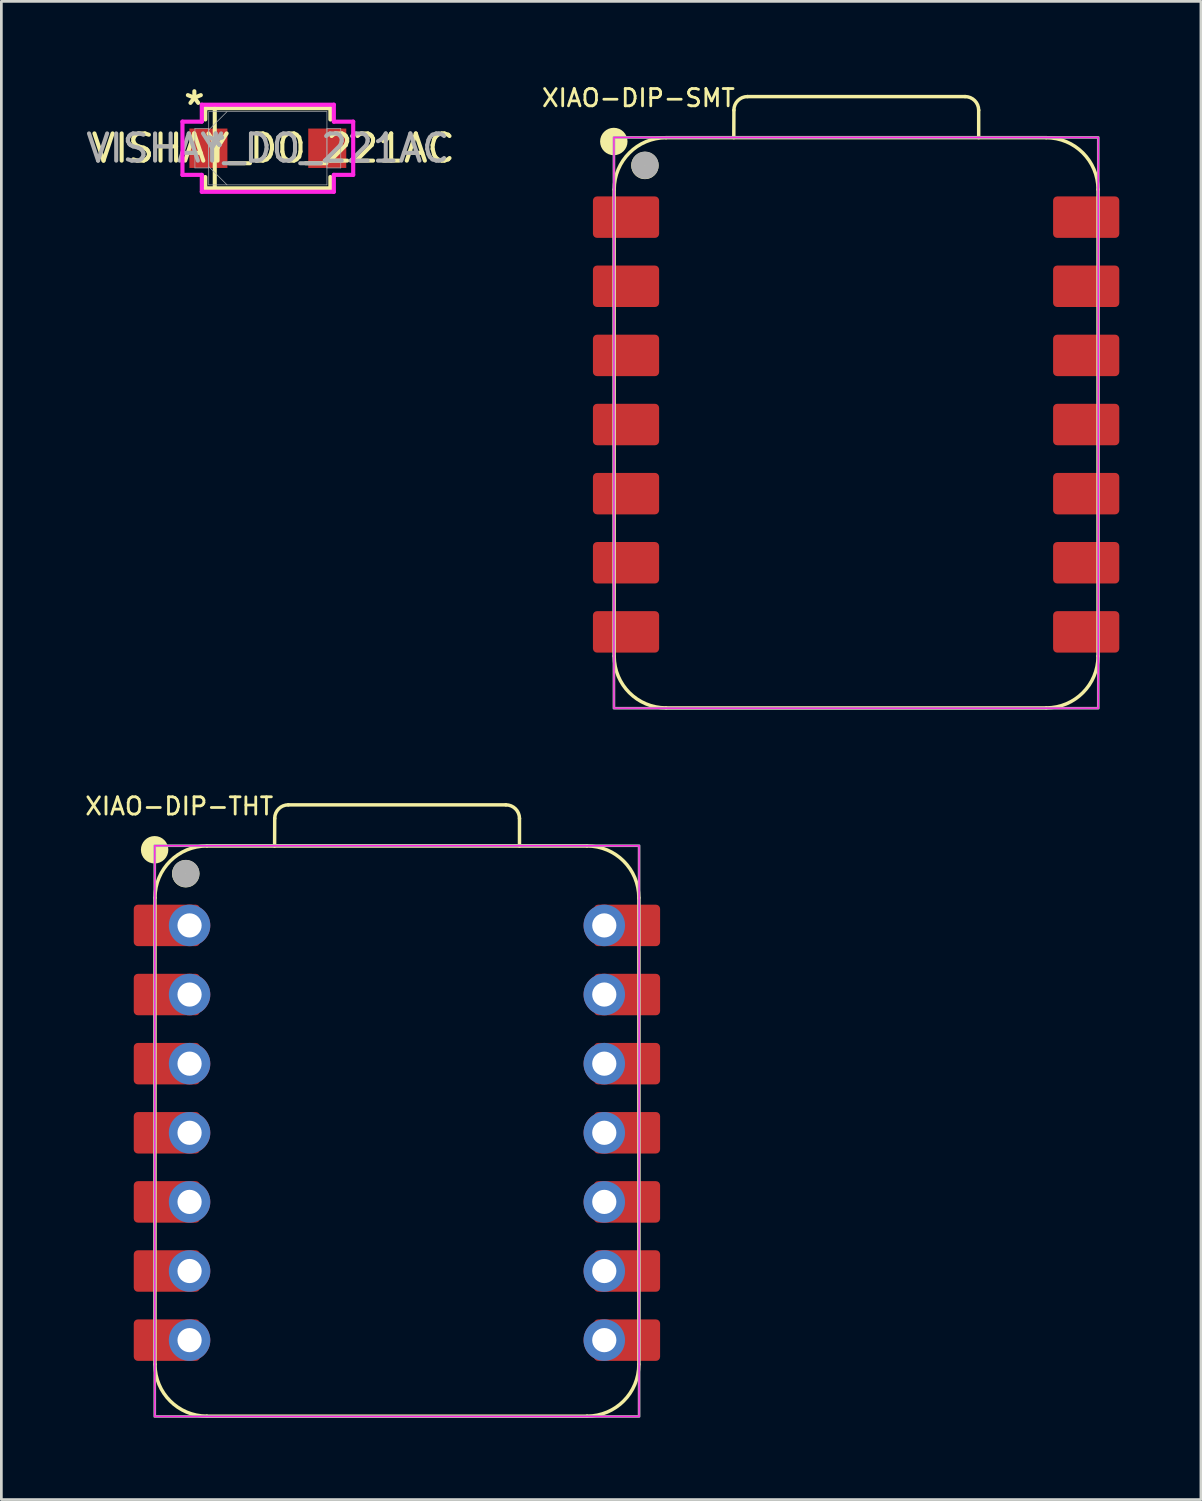
<source format=kicad_pcb>
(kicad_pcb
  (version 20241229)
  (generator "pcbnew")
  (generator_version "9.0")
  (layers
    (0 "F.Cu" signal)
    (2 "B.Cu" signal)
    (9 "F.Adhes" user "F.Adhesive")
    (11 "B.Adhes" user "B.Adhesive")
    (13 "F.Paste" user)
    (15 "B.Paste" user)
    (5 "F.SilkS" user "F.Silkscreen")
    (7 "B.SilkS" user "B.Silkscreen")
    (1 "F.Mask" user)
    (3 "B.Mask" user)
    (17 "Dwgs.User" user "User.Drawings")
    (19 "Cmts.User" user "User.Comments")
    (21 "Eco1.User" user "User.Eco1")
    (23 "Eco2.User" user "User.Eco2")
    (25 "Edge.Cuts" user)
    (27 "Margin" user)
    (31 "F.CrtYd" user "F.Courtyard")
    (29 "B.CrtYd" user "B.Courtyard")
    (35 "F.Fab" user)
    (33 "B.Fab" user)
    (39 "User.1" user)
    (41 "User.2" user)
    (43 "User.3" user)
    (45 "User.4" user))
  (footprint "VISHAY_DO_221AC"
    (layer "F.Cu")
    (at 6.792 2.398)
    (property "Reference" "VISHAY_DO_221AC" (at 0.2 0 0) (unlocked yes) (layer "F.SilkS") (effects (font (size 1 1) (thickness 0.15))))
    (attr smd)
    (fp_line (start -2.299 -1.473) (end -2.299 -1.057) (stroke (width 0.152) (type solid)) (layer "F.SilkS"))
    (fp_line (start -2.299 1.057) (end -2.299 1.473) (stroke (width 0.152) (type solid)) (layer "F.SilkS"))
    (fp_line (start -2.299 1.473) (end 2.299 1.473) (stroke (width 0.152) (type solid)) (layer "F.SilkS"))
    (fp_line (start -1.95 -1.475) (end -1.95 1.475) (stroke (width 0.15) (type solid)) (layer "F.SilkS"))
    (fp_line (start 2.299 -1.473) (end -2.299 -1.473) (stroke (width 0.152) (type solid)) (layer "F.SilkS"))
    (fp_line (start 2.299 -1.057) (end 2.299 -1.473) (stroke (width 0.152) (type solid)) (layer "F.SilkS"))
    (fp_line (start 2.299 1.473) (end 2.299 1.057) (stroke (width 0.152) (type solid)) (layer "F.SilkS"))
    (fp_line (start -3.137 -0.978) (end -2.426 -0.978) (stroke (width 0.152) (type solid)) (layer "F.CrtYd"))
    (fp_line (start -3.137 0.978) (end -3.137 -0.978) (stroke (width 0.152) (type solid)) (layer "F.CrtYd"))
    (fp_line (start -2.426 -1.6) (end 2.426 -1.6) (stroke (width 0.152) (type solid)) (layer "F.CrtYd"))
    (fp_line (start -2.426 -0.978) (end -2.426 -1.6) (stroke (width 0.152) (type solid)) (layer "F.CrtYd"))
    (fp_line (start -2.426 0.978) (end -3.137 0.978) (stroke (width 0.152) (type solid)) (layer "F.CrtYd"))
    (fp_line (start -2.426 1.6) (end -2.426 0.978) (stroke (width 0.152) (type solid)) (layer "F.CrtYd"))
    (fp_line (start 2.426 -1.6) (end 2.426 -0.978) (stroke (width 0.152) (type solid)) (layer "F.CrtYd"))
    (fp_line (start 2.426 -0.978) (end 3.137 -0.978) (stroke (width 0.152) (type solid)) (layer "F.CrtYd"))
    (fp_line (start 2.426 0.978) (end 2.426 1.6) (stroke (width 0.152) (type solid)) (layer "F.CrtYd"))
    (fp_line (start 2.426 1.6) (end -2.426 1.6) (stroke (width 0.152) (type solid)) (layer "F.CrtYd"))
    (fp_line (start 3.137 -0.978) (end 3.137 0.978) (stroke (width 0.152) (type solid)) (layer "F.CrtYd"))
    (fp_line (start 3.137 0.978) (end 2.426 0.978) (stroke (width 0.152) (type solid)) (layer "F.CrtYd"))
    (fp_line (start -2.68 -0.724) (end -2.68 0.724) (stroke (width 0.025) (type solid)) (layer "F.Fab"))
    (fp_line (start -2.68 0.724) (end -2.172 0.724) (stroke (width 0.025) (type solid)) (layer "F.Fab"))
    (fp_line (start -2.172 -1.346) (end -2.172 1.346) (stroke (width 0.025) (type solid)) (layer "F.Fab"))
    (fp_line (start -2.172 -0.724) (end -2.68 -0.724) (stroke (width 0.025) (type solid)) (layer "F.Fab"))
    (fp_line (start -2.172 -0.673) (end -1.499 -1.346) (stroke (width 0.025) (type solid)) (layer "F.Fab"))
    (fp_line (start -2.172 0.673) (end -1.499 1.346) (stroke (width 0.025) (type solid)) (layer "F.Fab"))
    (fp_line (start -2.172 0.724) (end -2.172 -0.724) (stroke (width 0.025) (type solid)) (layer "F.Fab"))
    (fp_line (start -2.172 1.346) (end 2.172 1.346) (stroke (width 0.025) (type solid)) (layer "F.Fab"))
    (fp_line (start 2.172 -1.346) (end -2.172 -1.346) (stroke (width 0.025) (type solid)) (layer "F.Fab"))
    (fp_line (start 2.172 -0.724) (end 2.172 0.724) (stroke (width 0.025) (type solid)) (layer "F.Fab"))
    (fp_line (start 2.172 0.724) (end 2.68 0.724) (stroke (width 0.025) (type solid)) (layer "F.Fab"))
    (fp_line (start 2.172 1.346) (end 2.172 -1.346) (stroke (width 0.025) (type solid)) (layer "F.Fab"))
    (fp_line (start 2.68 -0.724) (end 2.172 -0.724) (stroke (width 0.025) (type solid)) (layer "F.Fab"))
    (fp_line (start 2.68 0.724) (end 2.68 -0.724) (stroke (width 0.025) (type solid)) (layer "F.Fab"))
    (fp_text user "*" (at -2.7 -1.55 0) (layer "F.SilkS") (effects (font (size 1 1) (thickness 0.15))))
    (fp_text user "${REFERENCE}" (at 0 0 0) (unlocked yes) (layer "F.Fab") (effects (font (size 1 1) (thickness 0.15))))
    (fp_text user "*" (at -1.918 0 0) (layer "F.Fab") (effects (font (size 1 1) (thickness 0.15))))
    (fp_text user "*" (at -1.918 0 0) (unlocked yes) (layer "F.Fab") (effects (font (size 1 1) (thickness 0.15))))
    (pad "1" smd rect (at -2.184 0) (size 1.397 1.448) (layers "F.Cu" "F.Mask" "F.Paste"))
    (pad "2" smd rect (at 2.184 0) (size 1.397 1.448) (layers "F.Cu" "F.Mask" "F.Paste"))
    (zone (net_name "") (layer "F.Cu") (hatch full 0.508) (connect_pads) (min_thickness 0.254) (filled_areas_thickness no) (keepout (tracks not_allowed) (vias not_allowed) (pads allowed) (copperpour not_allowed) (footprints allowed)) (placement (enabled no)) (fill) (polygon (pts (xy 5.357 1.103) (xy 8.227 1.103) (xy 8.227 3.694) (xy 5.357 3.694)))))
  (footprint "XIAO-DIP-SMT"
    (layer "F.Cu")
    (at 28.41 12.55)
    (property "Reference" "XIAO-DIP-SMT" (at -8 -12 0) (unlocked yes) (layer "F.SilkS") (effects (font (size 0.635 0.635) (thickness 0.102))))
    (attr smd)
    (fp_line (start -8.89 8.509) (end -8.89 -8.636) (stroke (width 0.127) (type solid)) (layer "F.SilkS"))
    (fp_line (start -6.985 10.414) (end 6.985 10.414) (stroke (width 0.127) (type solid)) (layer "F.SilkS"))
    (fp_line (start -4.495 -10.541) (end -4.491 -11.551) (stroke (width 0.127) (type solid)) (layer "F.SilkS"))
    (fp_line (start -3.991 -12.051) (end 4.004 -12.051) (stroke (width 0.127) (type solid)) (layer "F.SilkS"))
    (fp_line (start 4.504 -11.551) (end 4.504 -10.541) (stroke (width 0.127) (type solid)) (layer "F.SilkS"))
    (fp_line (start 6.985 -10.541) (end -6.985 -10.541) (stroke (width 0.1) (type solid)) (layer "F.SilkS"))
    (fp_line (start 6.985 -10.541) (end -6.985 -10.541) (stroke (width 0.127) (type solid)) (layer "F.SilkS"))
    (fp_line (start 8.89 8.509) (end 8.89 -8.636) (stroke (width 0.127) (type solid)) (layer "F.SilkS"))
    (fp_arc (start -8.89 -8.636) (mid -8.332038 -9.983038) (end -6.985 -10.541) (stroke (width 0.127) (type solid)) (layer "F.SilkS"))
    (fp_arc (start -6.985 10.414) (mid -8.332038 9.856038) (end -8.89 8.509) (stroke (width 0.127) (type solid)) (layer "F.SilkS"))
    (fp_arc (start -4.491272 -11.551272) (mid -4.344728 -11.90464) (end -3.991272 -12.051) (stroke (width 0.127) (type default)) (layer "F.SilkS"))
    (fp_arc (start 4.004 -12.051) (mid 4.357553 -11.904553) (end 4.504 -11.551) (stroke (width 0.127) (type default)) (layer "F.SilkS"))
    (fp_arc (start 6.985 -10.541) (mid 8.332038 -9.983038) (end 8.89 -8.636) (stroke (width 0.127) (type solid)) (layer "F.SilkS"))
    (fp_arc (start 8.89 8.509) (mid 8.332038 9.856038) (end 6.985 10.414) (stroke (width 0.127) (type solid)) (layer "F.SilkS"))
    (fp_circle (center -8.904 -10.4) (end -8.904 -10.654) (stroke (width 0.5) (type solid)) (fill yes) (layer "F.SilkS"))
    (fp_circle (center -7.761 -9.52) (end -7.761 -9.774) (stroke (width 0.5) (type solid)) (fill yes) (layer "F.SilkS"))
    (fp_rect (start -8.9 -10.55) (end 8.9 10.425) (stroke (width 0.05) (type default)) (fill no) (layer "F.CrtYd"))
    (fp_rect (start -8.9 -10.55) (end 8.9 10.425) (stroke (width 0.1) (type default)) (fill no) (layer "F.Fab"))
    (fp_circle (center -7.758 -9.526) (end -7.758 -9.78) (stroke (width 0.5) (type solid)) (fill no) (layer "F.Fab"))
    (pad "1" smd roundrect (at -8.455 -7.62 180) (size 2.432 1.524) (layers "F.Cu" "F.Mask") (roundrect_rratio 0.1))
    (pad "2" smd roundrect (at -8.455 -5.08 180) (size 2.432 1.524) (layers "F.Cu" "F.Mask") (roundrect_rratio 0.1))
    (pad "3" smd roundrect (at -8.455 -2.54 180) (size 2.432 1.524) (layers "F.Cu" "F.Mask") (roundrect_rratio 0.1))
    (pad "4" smd roundrect (at -8.455 0 180) (size 2.432 1.524) (layers "F.Cu" "F.Mask") (roundrect_rratio 0.1))
    (pad "5" smd roundrect (at -8.455 2.54 180) (size 2.432 1.524) (layers "F.Cu" "F.Mask") (roundrect_rratio 0.1))
    (pad "6" smd roundrect (at -8.455 5.08 180) (size 2.432 1.524) (layers "F.Cu" "F.Mask") (roundrect_rratio 0.1))
    (pad "7" smd roundrect (at -8.455 7.62 180) (size 2.432 1.524) (layers "F.Cu" "F.Mask") (roundrect_rratio 0.1))
    (pad "8" smd roundrect (at 8.455 7.62) (size 2.432 1.524) (layers "F.Cu" "F.Mask") (roundrect_rratio 0.1))
    (pad "9" smd roundrect (at 8.455 5.08) (size 2.432 1.524) (layers "F.Cu" "F.Mask") (roundrect_rratio 0.1))
    (pad "10" smd roundrect (at 8.455 2.54) (size 2.432 1.524) (layers "F.Cu" "F.Mask") (roundrect_rratio 0.1))
    (pad "11" smd roundrect (at 8.455 0) (size 2.432 1.524) (layers "F.Cu" "F.Mask") (roundrect_rratio 0.1))
    (pad "12" smd roundrect (at 8.455 -2.54) (size 2.432 1.524) (layers "F.Cu" "F.Mask") (roundrect_rratio 0.1))
    (pad "13" smd roundrect (at 8.455 -5.08) (size 2.432 1.524) (layers "F.Cu" "F.Mask") (roundrect_rratio 0.1))
    (pad "14" smd roundrect (at 8.455 -7.62) (size 2.432 1.524) (layers "F.Cu" "F.Mask") (roundrect_rratio 0.1)))
  (footprint "XIAO-DIP-THT"
    (layer "F.Cu")
    (at 11.536 38.577)
    (property "Reference" "XIAO-DIP-THT" (at -8 -12 0) (unlocked yes) (layer "F.SilkS") (effects (font (size 0.635 0.635) (thickness 0.102))))
    (attr smd)
    (fp_line (start -8.89 8.509) (end -8.89 -8.636) (stroke (width 0.127) (type solid)) (layer "F.SilkS"))
    (fp_line (start -6.985 10.414) (end 6.985 10.414) (stroke (width 0.127) (type solid)) (layer "F.SilkS"))
    (fp_line (start -4.495 -10.541) (end -4.491 -11.551) (stroke (width 0.127) (type solid)) (layer "F.SilkS"))
    (fp_line (start -3.991 -12.051) (end 4.004 -12.051) (stroke (width 0.127) (type solid)) (layer "F.SilkS"))
    (fp_line (start 4.504 -11.551) (end 4.504 -10.541) (stroke (width 0.127) (type solid)) (layer "F.SilkS"))
    (fp_line (start 6.985 -10.541) (end -6.985 -10.541) (stroke (width 0.1) (type solid)) (layer "F.SilkS"))
    (fp_line (start 6.985 -10.541) (end -6.985 -10.541) (stroke (width 0.127) (type solid)) (layer "F.SilkS"))
    (fp_line (start 8.89 8.509) (end 8.89 -8.636) (stroke (width 0.127) (type solid)) (layer "F.SilkS"))
    (fp_arc (start -8.89 -8.636) (mid -8.332038 -9.983038) (end -6.985 -10.541) (stroke (width 0.127) (type solid)) (layer "F.SilkS"))
    (fp_arc (start -6.985 10.414) (mid -8.332038 9.856038) (end -8.89 8.509) (stroke (width 0.127) (type solid)) (layer "F.SilkS"))
    (fp_arc (start -4.491272 -11.551272) (mid -4.344728 -11.90464) (end -3.991272 -12.051) (stroke (width 0.127) (type default)) (layer "F.SilkS"))
    (fp_arc (start 4.004 -12.051) (mid 4.357553 -11.904553) (end 4.504 -11.551) (stroke (width 0.127) (type default)) (layer "F.SilkS"))
    (fp_arc (start 6.985 -10.541) (mid 8.332038 -9.983038) (end 8.89 -8.636) (stroke (width 0.127) (type solid)) (layer "F.SilkS"))
    (fp_arc (start 8.89 8.509) (mid 8.332038 9.856038) (end 6.985 10.414) (stroke (width 0.127) (type solid)) (layer "F.SilkS"))
    (fp_circle (center -8.904 -10.4) (end -8.904 -10.654) (stroke (width 0.5) (type solid)) (fill yes) (layer "F.SilkS"))
    (fp_circle (center -7.761 -9.52) (end -7.761 -9.774) (stroke (width 0.5) (type solid)) (fill yes) (layer "F.SilkS"))
    (fp_rect (start -8.9 -10.55) (end 8.9 10.425) (stroke (width 0.05) (type default)) (fill no) (layer "F.CrtYd"))
    (fp_rect (start -8.9 -10.55) (end 8.9 10.425) (stroke (width 0.1) (type default)) (fill no) (layer "F.Fab"))
    (fp_circle (center -7.758 -9.526) (end -7.758 -9.78) (stroke (width 0.5) (type solid)) (fill no) (layer "F.Fab"))
    (pad "1" smd roundrect (at -8.455 -7.62 180) (size 2.432 1.524) (layers "F.Cu" "F.Mask") (roundrect_rratio 0.1))
    (pad "1" thru_hole circle (at -7.62 -7.62 180) (size 1.524 1.524) (drill 0.889) (layers "*.Cu" "*.Mask"))
    (pad "2" smd roundrect (at -8.455 -5.08 180) (size 2.432 1.524) (layers "F.Cu" "F.Mask") (roundrect_rratio 0.1))
    (pad "2" thru_hole circle (at -7.62 -5.08 180) (size 1.524 1.524) (drill 0.889) (layers "*.Cu" "*.Mask"))
    (pad "3" smd roundrect (at -8.455 -2.54 180) (size 2.432 1.524) (layers "F.Cu" "F.Mask") (roundrect_rratio 0.1))
    (pad "3" thru_hole circle (at -7.62 -2.54 180) (size 1.524 1.524) (drill 0.889) (layers "*.Cu" "*.Mask"))
    (pad "4" smd roundrect (at -8.455 0 180) (size 2.432 1.524) (layers "F.Cu" "F.Mask") (roundrect_rratio 0.1))
    (pad "4" thru_hole circle (at -7.62 0 180) (size 1.524 1.524) (drill 0.889) (layers "*.Cu" "*.Mask"))
    (pad "5" smd roundrect (at -8.455 2.54 180) (size 2.432 1.524) (layers "F.Cu" "F.Mask") (roundrect_rratio 0.1))
    (pad "5" thru_hole circle (at -7.62 2.54 180) (size 1.524 1.524) (drill 0.889) (layers "*.Cu" "*.Mask"))
    (pad "6" smd roundrect (at -8.455 5.08 180) (size 2.432 1.524) (layers "F.Cu" "F.Mask") (roundrect_rratio 0.1))
    (pad "6" thru_hole circle (at -7.62 5.08 180) (size 1.524 1.524) (drill 0.889) (layers "*.Cu" "*.Mask"))
    (pad "7" smd roundrect (at -8.455 7.62 180) (size 2.432 1.524) (layers "F.Cu" "F.Mask") (roundrect_rratio 0.1))
    (pad "7" thru_hole circle (at -7.62 7.62 180) (size 1.524 1.524) (drill 0.889) (layers "*.Cu" "*.Mask"))
    (pad "8" thru_hole circle (at 7.62 7.62) (size 1.524 1.524) (drill 0.889) (layers "*.Cu" "*.Mask"))
    (pad "8" smd roundrect (at 8.455 7.62) (size 2.432 1.524) (layers "F.Cu" "F.Mask") (roundrect_rratio 0.1))
    (pad "9" thru_hole circle (at 7.62 5.08) (size 1.524 1.524) (drill 0.889) (layers "*.Cu" "*.Mask"))
    (pad "9" smd roundrect (at 8.455 5.08) (size 2.432 1.524) (layers "F.Cu" "F.Mask") (roundrect_rratio 0.1))
    (pad "10" thru_hole circle (at 7.62 2.54) (size 1.524 1.524) (drill 0.889) (layers "*.Cu" "*.Mask"))
    (pad "10" smd roundrect (at 8.455 2.54) (size 2.432 1.524) (layers "F.Cu" "F.Mask") (roundrect_rratio 0.1))
    (pad "11" thru_hole circle (at 7.62 0) (size 1.524 1.524) (drill 0.889) (layers "*.Cu" "*.Mask"))
    (pad "11" smd roundrect (at 8.455 0) (size 2.432 1.524) (layers "F.Cu" "F.Mask") (roundrect_rratio 0.1))
    (pad "12" thru_hole circle (at 7.62 -2.54) (size 1.524 1.524) (drill 0.889) (layers "*.Cu" "*.Mask"))
    (pad "12" smd roundrect (at 8.455 -2.54) (size 2.432 1.524) (layers "F.Cu" "F.Mask") (roundrect_rratio 0.1))
    (pad "13" thru_hole circle (at 7.62 -5.08) (size 1.524 1.524) (drill 0.889) (layers "*.Cu" "*.Mask"))
    (pad "13" smd roundrect (at 8.455 -5.08) (size 2.432 1.524) (layers "F.Cu" "F.Mask") (roundrect_rratio 0.1))
    (pad "14" thru_hole circle (at 7.62 -7.62) (size 1.524 1.524) (drill 0.889) (layers "*.Cu" "*.Mask"))
    (pad "14" smd roundrect (at 8.455 -7.62) (size 2.432 1.524) (layers "F.Cu" "F.Mask") (roundrect_rratio 0.1)))
  (gr_rect
    (start -3 -3)
    (end 41.081 52.055)
    (stroke (width 0.1) (type default))
    (fill no)
    (layer "Edge.Cuts")))
</source>
